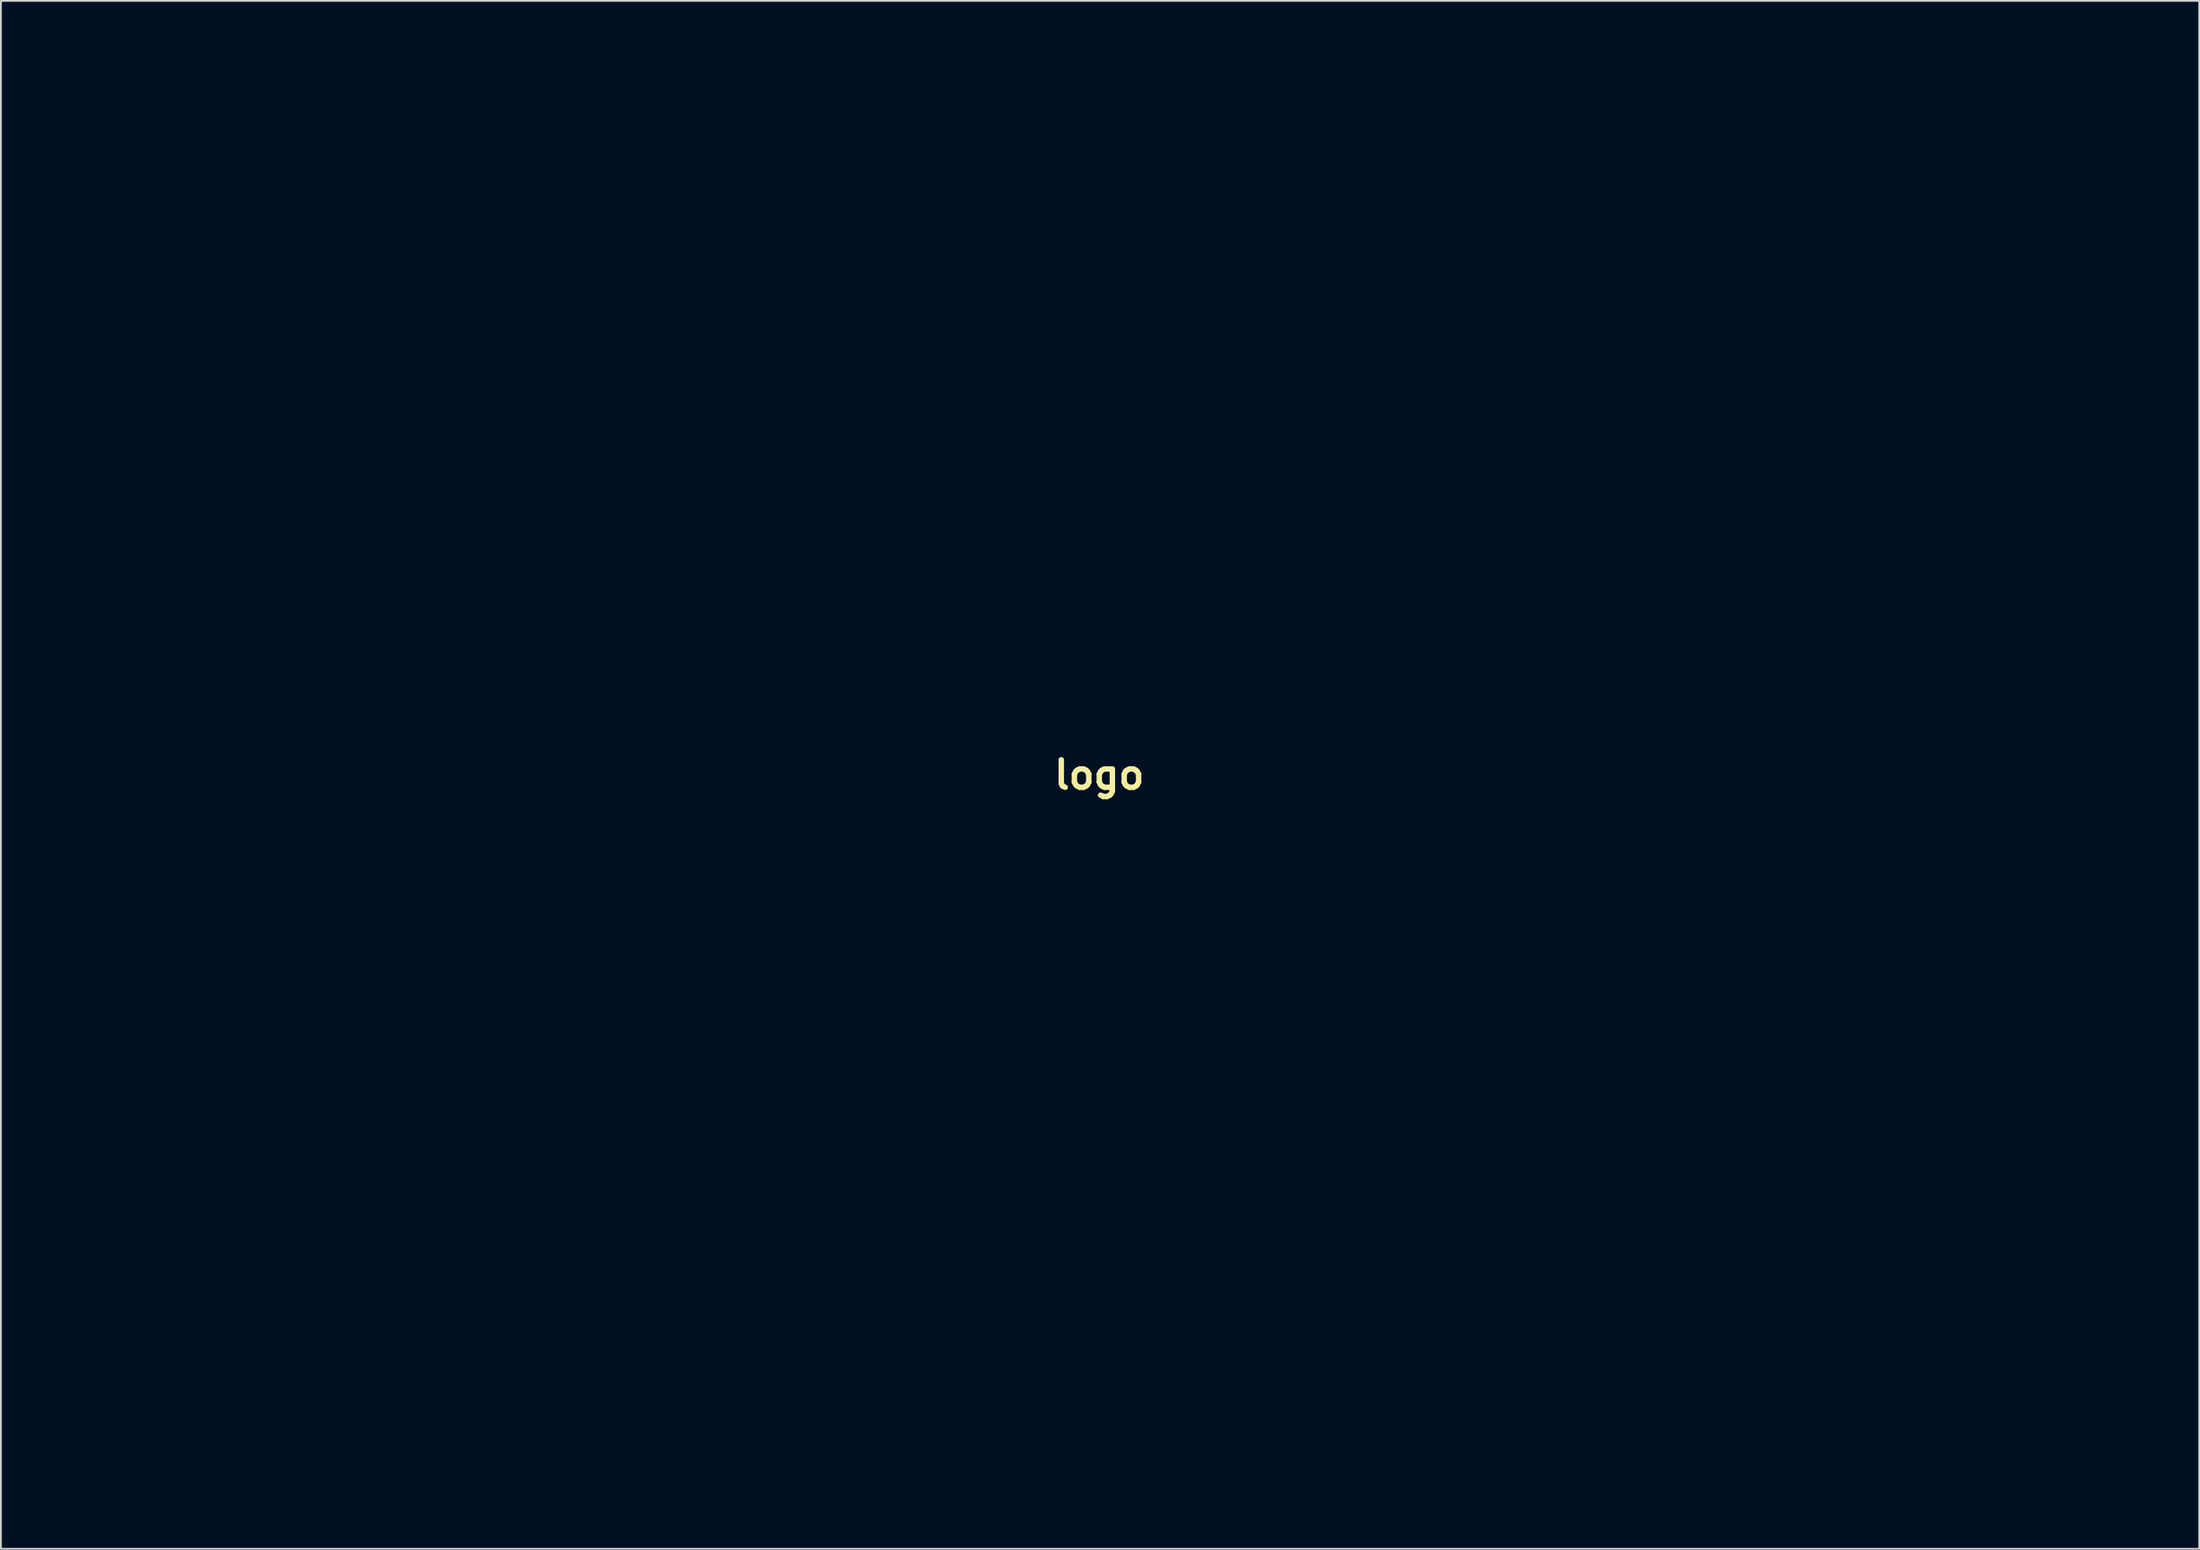
<source format=kicad_pcb>
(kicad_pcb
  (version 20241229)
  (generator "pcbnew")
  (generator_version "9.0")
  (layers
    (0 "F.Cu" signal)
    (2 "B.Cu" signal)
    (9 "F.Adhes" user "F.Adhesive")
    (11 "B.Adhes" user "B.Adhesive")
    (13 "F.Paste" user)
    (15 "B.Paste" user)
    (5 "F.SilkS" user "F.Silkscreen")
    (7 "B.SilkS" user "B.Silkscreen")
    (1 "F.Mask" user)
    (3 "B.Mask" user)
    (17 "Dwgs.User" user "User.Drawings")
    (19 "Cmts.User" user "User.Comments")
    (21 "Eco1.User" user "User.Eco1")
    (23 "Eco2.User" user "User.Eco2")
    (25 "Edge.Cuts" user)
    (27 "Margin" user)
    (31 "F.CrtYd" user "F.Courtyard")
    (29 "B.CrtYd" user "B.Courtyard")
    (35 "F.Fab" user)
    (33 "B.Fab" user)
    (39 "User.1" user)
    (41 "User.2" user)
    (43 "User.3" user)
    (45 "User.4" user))
  (footprint "logo"
    (layer "F.Cu")
    (at 57.832 39.883)
    (property "Reference" "logo" (at 0 0 0) (layer "F.SilkS") (effects (font (size 1.524 1.524) (thickness 0.3))))
    (attr through_hole)
    (fp_poly (pts (xy 57.912 39.878) (xy -57.827 39.878) (xy -57.827 31.199) (xy -49.6 31.199) (xy -49.583 31.283) (xy -49.523 31.497) (xy -49.429 31.815) (xy -49.31 32.205) (xy -49.176 32.639) (xy -49.035 33.087) (xy -48.897 33.52) (xy -48.771 33.909) (xy -48.666 34.224) (xy -48.591 34.436) (xy -48.589 34.442) (xy -48.489 34.586) (xy -48.396 34.601) (xy -48.305 34.571) (xy -48.061 34.492) (xy -47.67 34.365) (xy -47.141 34.193) (xy -46.48 33.979) (xy -45.695 33.724) (xy -44.793 33.432) (xy -43.783 33.105) (xy -42.67 32.745) (xy -41.463 32.354) (xy -40.169 31.935) (xy -38.796 31.491) (xy -37.35 31.023) (xy -35.84 30.535) (xy -34.272 30.028) (xy -32.655 29.504) (xy -30.995 28.968) (xy -30.934 28.948) (xy -29.274 28.411) (xy -27.657 27.888) (xy -26.091 27.381) (xy -24.582 26.893) (xy -23.138 26.426) (xy -21.766 25.982) (xy -20.474 25.564) (xy -19.27 25.174) (xy -18.16 24.814) (xy -17.151 24.488) (xy -16.252 24.196) (xy -15.47 23.943) (xy -14.812 23.729) (xy -14.285 23.558) (xy -13.896 23.431) (xy -13.654 23.352) (xy -13.565 23.322) (xy -13.565 23.322) (xy -13.58 23.24) (xy -13.642 23.026) (xy -13.74 22.709) (xy -13.864 22.318) (xy -14.006 21.881) (xy -14.156 21.427) (xy -14.304 20.985) (xy -14.441 20.582) (xy -14.558 20.248) (xy -14.645 20.012) (xy -14.692 19.901) (xy -14.697 19.897) (xy -14.781 19.922) (xy -15.017 19.997) (xy -15.397 20.119) (xy -15.911 20.284) (xy -16.549 20.489) (xy -17.304 20.732) (xy -18.167 21.01) (xy -19.127 21.32) (xy -20.177 21.66) (xy -21.308 22.025) (xy -22.509 22.413) (xy -23.774 22.822) (xy -25.092 23.248) (xy -26.454 23.689) (xy -27.852 24.141) (xy -29.277 24.603) (xy -30.72 25.07) (xy -32.171 25.54) (xy -33.623 26.01) (xy -35.065 26.477) (xy -36.489 26.938) (xy -37.886 27.391) (xy -39.247 27.832) (xy -40.564 28.259) (xy -41.826 28.669) (xy -43.026 29.058) (xy -44.154 29.424) (xy -45.201 29.764) (xy -46.159 30.075) (xy -47.018 30.354) (xy -47.769 30.599) (xy -48.404 30.806) (xy -48.914 30.972) (xy -49.289 31.095) (xy -49.521 31.172) (xy -49.6 31.199) (xy -57.827 31.199) (xy -57.827 15.177) (xy -50.845 15.177) (xy -50.844 15.264) (xy -50.832 15.492) (xy -50.81 15.834) (xy -50.781 16.263) (xy -50.751 16.679) (xy -50.714 17.183) (xy -50.682 17.647) (xy -50.657 18.036) (xy -50.64 18.316) (xy -50.635 18.436) (xy -50.624 18.602) (xy -50.567 18.682) (xy -50.419 18.708) (xy -50.228 18.709) (xy -50.106 18.703) (xy -49.822 18.686) (xy -49.386 18.658) (xy -48.805 18.62) (xy -48.087 18.573) (xy -47.24 18.517) (xy -46.273 18.453) (xy -45.193 18.381) (xy -44.008 18.301) (xy -42.727 18.215) (xy -41.358 18.123) (xy -39.908 18.025) (xy -38.386 17.922) (xy -36.799 17.814) (xy -35.156 17.702) (xy -33.465 17.586) (xy -32.108 17.494) (xy -30.391 17.376) (xy -28.718 17.261) (xy -27.099 17.15) (xy -25.54 17.042) (xy -24.05 16.939) (xy -22.636 16.84) (xy -21.306 16.748) (xy -20.069 16.661) (xy -18.931 16.581) (xy -17.902 16.509) (xy -16.987 16.444) (xy -16.196 16.387) (xy -15.537 16.339) (xy -15.016 16.301) (xy -14.642 16.272) (xy -14.423 16.254) (xy -14.364 16.247) (xy -14.361 16.156) (xy -14.369 15.927) (xy -14.387 15.591) (xy -14.412 15.178) (xy -14.441 14.718) (xy -14.473 14.244) (xy -14.506 13.784) (xy -14.538 13.371) (xy -14.567 13.035) (xy -14.589 12.805) (xy -14.605 12.714) (xy -14.605 12.714) (xy -14.69 12.717) (xy -14.935 12.732) (xy -15.33 12.756) (xy -15.866 12.79) (xy -16.533 12.833) (xy -17.322 12.885) (xy -18.223 12.945) (xy -19.227 13.011) (xy -20.324 13.084) (xy -21.506 13.163) (xy -22.762 13.248) (xy -24.083 13.336) (xy -25.461 13.429) (xy -26.884 13.525) (xy -28.344 13.624) (xy -29.832 13.725) (xy -31.338 13.827) (xy -32.853 13.93) (xy -34.367 14.033) (xy -35.871 14.135) (xy -37.355 14.236) (xy -38.809 14.336) (xy -40.226 14.433) (xy -41.594 14.527) (xy -42.905 14.617) (xy -44.149 14.702) (xy -45.317 14.783) (xy -46.4 14.858) (xy -47.387 14.927) (xy -48.27 14.989) (xy -49.039 15.043) (xy -49.684 15.089) (xy -50.197 15.126) (xy -50.567 15.153) (xy -50.786 15.171) (xy -50.845 15.177) (xy -57.827 15.177) (xy -57.827 -2.079) (xy -49.76 -2.079) (xy -49.759 -2.072) (xy -49.676 -2.044) (xy -49.441 -1.967) (xy -49.063 -1.844) (xy -48.55 -1.678) (xy -47.912 -1.471) (xy -47.158 -1.226) (xy -46.295 -0.947) (xy -45.334 -0.636) (xy -44.284 -0.296) (xy -43.152 0.071) (xy -41.949 0.46) (xy -40.682 0.87) (xy -39.362 1.297) (xy -37.996 1.739) (xy -36.594 2.192) (xy -35.164 2.655) (xy -33.717 3.123) (xy -32.259 3.594) (xy -30.801 4.065) (xy -29.351 4.534) (xy -27.919 4.997) (xy -26.513 5.452) (xy -25.141 5.895) (xy -23.814 6.324) (xy -22.539 6.735) (xy -21.327 7.127) (xy -20.185 7.496) (xy -19.122 7.839) (xy -18.148 8.153) (xy -17.272 8.436) (xy -16.502 8.685) (xy -15.847 8.896) (xy -15.316 9.066) (xy -14.919 9.194) (xy -14.663 9.276) (xy -14.559 9.309) (xy -14.557 9.31) (xy -14.518 9.234) (xy -14.437 9.02) (xy -14.322 8.692) (xy -14.181 8.272) (xy -14.023 7.786) (xy -13.97 7.621) (xy -13.812 7.115) (xy -13.676 6.666) (xy -13.57 6.297) (xy -13.499 6.033) (xy -13.472 5.898) (xy -13.474 5.887) (xy -13.556 5.858) (xy -13.791 5.779) (xy -14.169 5.655) (xy -14.681 5.487) (xy -15.319 5.279) (xy -16.073 5.033) (xy -16.935 4.752) (xy -17.896 4.44) (xy -18.946 4.098) (xy -20.077 3.731) (xy -21.281 3.34) (xy -22.547 2.929) (xy -23.867 2.501) (xy -25.232 2.058) (xy -26.633 1.603) (xy -28.062 1.14) (xy -29.509 0.671) (xy -30.966 0.199) (xy -32.423 -0.273) (xy -33.872 -0.742) (xy -35.303 -1.205) (xy -36.709 -1.66) (xy -38.079 -2.103) (xy -39.405 -2.532) (xy -40.678 -2.944) (xy -41.889 -3.335) (xy -43.029 -3.704) (xy -44.09 -4.046) (xy -45.062 -4.359) (xy -45.936 -4.641) (xy -46.703 -4.888) (xy -47.356 -5.098) (xy -47.884 -5.267) (xy -48.278 -5.393) (xy -48.531 -5.473) (xy -48.632 -5.503) (xy -48.633 -5.503) (xy -48.668 -5.427) (xy -48.745 -5.219) (xy -48.854 -4.906) (xy -48.986 -4.518) (xy -49.131 -4.083) (xy -49.28 -3.629) (xy -49.424 -3.185) (xy -49.553 -2.779) (xy -49.659 -2.441) (xy -49.731 -2.198) (xy -49.76 -2.079) (xy -57.827 -2.079) (xy -57.827 -7.451) (xy -8.551 -7.451) (xy -8.551 -2.371) (xy -2.879 -2.371) (xy -2.879 27.432) (xy 2.709 27.432) (xy 2.709 23.539) (xy 14.465 23.539) (xy 14.468 23.551) (xy 14.555 23.585) (xy 14.794 23.668) (xy 15.176 23.796) (xy 15.693 23.968) (xy 16.334 24.179) (xy 17.091 24.428) (xy 17.955 24.71) (xy 18.918 25.025) (xy 19.969 25.367) (xy 21.101 25.735) (xy 22.305 26.126) (xy 23.57 26.537) (xy 24.889 26.964) (xy 26.253 27.405) (xy 27.652 27.858) (xy 29.077 28.319) (xy 30.521 28.785) (xy 31.972 29.253) (xy 33.424 29.721) (xy 34.866 30.186) (xy 36.29 30.645) (xy 37.687 31.094) (xy 39.048 31.531) (xy 40.363 31.954) (xy 41.625 32.359) (xy 42.823 32.743) (xy 43.95 33.103) (xy 44.995 33.437) (xy 45.951 33.742) (xy 46.808 34.015) (xy 47.558 34.252) (xy 48.19 34.452) (xy 48.697 34.61) (xy 49.069 34.725) (xy 49.298 34.793) (xy 49.374 34.812) (xy 49.416 34.718) (xy 49.5 34.487) (xy 49.619 34.145) (xy 49.762 33.717) (xy 49.922 33.229) (xy 49.956 33.122) (xy 50.113 32.626) (xy 50.248 32.187) (xy 50.353 31.829) (xy 50.421 31.577) (xy 50.445 31.456) (xy 50.443 31.45) (xy 50.361 31.421) (xy 50.127 31.343) (xy 49.749 31.219) (xy 49.238 31.051) (xy 48.601 30.843) (xy 47.847 30.598) (xy 46.987 30.317) (xy 46.028 30.005) (xy 44.98 29.665) (xy 43.852 29.298) (xy 42.652 28.908) (xy 41.389 28.498) (xy 40.074 28.071) (xy 38.713 27.629) (xy 37.317 27.176) (xy 35.895 26.715) (xy 34.455 26.248) (xy 33.007 25.779) (xy 31.558 25.309) (xy 30.119 24.843) (xy 28.699 24.383) (xy 27.306 23.931) (xy 25.949 23.492) (xy 24.637 23.067) (xy 23.379 22.661) (xy 22.184 22.274) (xy 21.062 21.911) (xy 20.021 21.575) (xy 19.07 21.268) (xy 18.217 20.993) (xy 17.473 20.753) (xy 16.846 20.551) (xy 16.345 20.391) (xy 15.978 20.274) (xy 15.756 20.203) (xy 15.69 20.183) (xy 15.625 20.176) (xy 15.565 20.204) (xy 15.502 20.288) (xy 15.427 20.446) (xy 15.331 20.699) (xy 15.205 21.065) (xy 15.041 21.566) (xy 14.96 21.815) (xy 14.8 22.319) (xy 14.663 22.768) (xy 14.557 23.138) (xy 14.489 23.403) (xy 14.465 23.539) (xy 2.709 23.539) (xy 2.709 16.414) (xy 15.232 16.414) (xy 15.237 16.514) (xy 15.238 16.515) (xy 15.353 16.525) (xy 15.627 16.545) (xy 16.051 16.576) (xy 16.614 16.616) (xy 17.308 16.665) (xy 18.123 16.721) (xy 19.049 16.786) (xy 20.076 16.857) (xy 21.195 16.935) (xy 22.396 17.018) (xy 23.67 17.105) (xy 25.006 17.197) (xy 26.396 17.293) (xy 27.829 17.391) (xy 29.296 17.492) (xy 30.788 17.594) (xy 32.294 17.697) (xy 33.805 17.801) (xy 35.311 17.904) (xy 36.803 18.005) (xy 38.271 18.105) (xy 39.705 18.203) (xy 41.096 18.298) (xy 42.435 18.389) (xy 43.71 18.475) (xy 44.914 18.557) (xy 46.036 18.633) (xy 47.066 18.702) (xy 47.995 18.765) (xy 48.813 18.819) (xy 49.511 18.866) (xy 50.079 18.903) (xy 50.507 18.931) (xy 50.786 18.948) (xy 50.905 18.955) (xy 50.906 18.955) (xy 51.209 18.957) (xy 51.381 18.94) (xy 51.458 18.892) (xy 51.48 18.803) (xy 51.48 18.775) (xy 51.488 18.632) (xy 51.505 18.351) (xy 51.532 17.962) (xy 51.565 17.496) (xy 51.599 17.018) (xy 51.635 16.523) (xy 51.663 16.089) (xy 51.683 15.744) (xy 51.694 15.515) (xy 51.692 15.428) (xy 51.606 15.419) (xy 51.361 15.399) (xy 50.965 15.37) (xy 50.429 15.331) (xy 49.762 15.283) (xy 48.973 15.228) (xy 48.071 15.164) (xy 47.067 15.094) (xy 45.969 15.018) (xy 44.787 14.936) (xy 43.531 14.85) (xy 42.209 14.759) (xy 40.832 14.664) (xy 39.408 14.567) (xy 37.948 14.467) (xy 36.46 14.365) (xy 34.954 14.263) (xy 33.44 14.16) (xy 31.926 14.057) (xy 30.422 13.955) (xy 28.939 13.854) (xy 27.484 13.756) (xy 26.068 13.661) (xy 24.7 13.569) (xy 23.389 13.481) (xy 22.146 13.398) (xy 20.978 13.32) (xy 19.897 13.248) (xy 18.91 13.182) (xy 18.028 13.125) (xy 17.26 13.074) (xy 16.615 13.033) (xy 16.104 13.001) (xy 15.734 12.978) (xy 15.516 12.966) (xy 15.458 12.965) (xy 15.441 13.058) (xy 15.417 13.287) (xy 15.39 13.623) (xy 15.359 14.034) (xy 15.329 14.492) (xy 15.299 14.965) (xy 15.273 15.424) (xy 15.252 15.839) (xy 15.237 16.178) (xy 15.232 16.414) (xy 2.709 16.414) (xy 2.709 6.139) (xy 14.322 6.139) (xy 14.333 6.229) (xy 14.391 6.456) (xy 14.488 6.795) (xy 14.617 7.221) (xy 14.771 7.711) (xy 14.822 7.873) (xy 15.006 8.438) (xy 15.147 8.86) (xy 15.256 9.159) (xy 15.339 9.355) (xy 15.406 9.467) (xy 15.466 9.514) (xy 15.525 9.516) (xy 15.536 9.513) (xy 15.632 9.482) (xy 15.881 9.402) (xy 16.277 9.274) (xy 16.811 9.102) (xy 17.477 8.887) (xy 18.267 8.632) (xy 19.173 8.339) (xy 20.189 8.011) (xy 21.306 7.65) (xy 22.517 7.259) (xy 23.815 6.839) (xy 25.192 6.394) (xy 26.641 5.926) (xy 28.155 5.436) (xy 29.726 4.928) (xy 31.346 4.404) (xy 33.008 3.867) (xy 33.105 3.836) (xy 34.768 3.298) (xy 36.388 2.773) (xy 37.959 2.264) (xy 39.472 1.774) (xy 40.92 1.304) (xy 42.296 0.857) (xy 43.592 0.436) (xy 44.802 0.043) (xy 45.917 -0.32) (xy 46.931 -0.651) (xy 47.835 -0.946) (xy 48.624 -1.204) (xy 49.288 -1.422) (xy 49.821 -1.598) (xy 50.216 -1.729) (xy 50.465 -1.813) (xy 50.56 -1.848) (xy 50.561 -1.848) (xy 50.55 -1.938) (xy 50.494 -2.159) (xy 50.403 -2.481) (xy 50.286 -2.877) (xy 50.151 -3.316) (xy 50.009 -3.769) (xy 49.868 -4.207) (xy 49.737 -4.6) (xy 49.626 -4.92) (xy 49.544 -5.137) (xy 49.503 -5.22) (xy 49.421 -5.198) (xy 49.186 -5.126) (xy 48.808 -5.008) (xy 48.296 -4.846) (xy 47.658 -4.644) (xy 46.904 -4.404) (xy 46.042 -4.128) (xy 45.082 -3.821) (xy 44.032 -3.484) (xy 42.901 -3.121) (xy 41.698 -2.735) (xy 40.432 -2.328) (xy 39.112 -1.903) (xy 37.747 -1.463) (xy 36.345 -1.012) (xy 34.916 -0.551) (xy 33.469 -0.084) (xy 32.012 0.386) (xy 30.555 0.857) (xy 29.106 1.325) (xy 27.674 1.788) (xy 26.268 2.243) (xy 24.897 2.686) (xy 23.571 3.116) (xy 22.297 3.529) (xy 21.085 3.922) (xy 19.943 4.293) (xy 18.882 4.638) (xy 17.908 4.955) (xy 17.033 5.241) (xy 16.263 5.492) (xy 15.609 5.707) (xy 15.079 5.882) (xy 14.682 6.014) (xy 14.427 6.1) (xy 14.323 6.138) (xy 14.322 6.139) (xy 2.709 6.139) (xy 2.709 -2.371) (xy 8.382 -2.371) (xy 8.382 -7.451) (xy -8.551 -7.451) (xy -57.827 -7.451) (xy -57.827 -34.44) (xy -34.938 -34.44) (xy -34.936 -34.046) (xy -34.931 -33.516) (xy -34.923 -32.862) (xy -34.912 -32.095) (xy -34.899 -31.226) (xy -34.883 -30.266) (xy -34.865 -29.227) (xy -34.844 -28.119) (xy -34.822 -26.954) (xy -34.803 -25.98) (xy -34.779 -24.757) (xy -34.755 -23.568) (xy -34.733 -22.425) (xy -34.713 -21.342) (xy -34.694 -20.331) (xy -34.677 -19.404) (xy -34.662 -18.575) (xy -34.65 -17.856) (xy -34.64 -17.259) (xy -34.633 -16.798) (xy -34.629 -16.484) (xy -34.628 -16.362) (xy -34.629 -15.494) (xy -30.971 -15.494) (xy -31.022 -17.166) (xy -31.039 -17.731) (xy -31.056 -18.39) (xy -31.074 -19.127) (xy -31.092 -19.926) (xy -31.11 -20.771) (xy -31.128 -21.646) (xy -31.145 -22.534) (xy -31.161 -23.419) (xy -31.177 -24.285) (xy -31.19 -25.115) (xy -31.202 -25.894) (xy -31.212 -26.605) (xy -31.22 -27.232) (xy -31.225 -27.759) (xy -31.228 -28.169) (xy -31.227 -28.446) (xy -31.223 -28.575) (xy -31.221 -28.582) (xy -31.144 -28.546) (xy -30.927 -28.433) (xy -30.58 -28.246) (xy -30.11 -27.992) (xy -29.526 -27.674) (xy -28.837 -27.297) (xy -28.052 -26.867) (xy -27.178 -26.386) (xy -26.225 -25.862) (xy -25.201 -25.297) (xy -24.114 -24.696) (xy -22.973 -24.065) (xy -21.787 -23.409) (xy -21.158 -23.06) (xy -19.951 -22.39) (xy -18.782 -21.743) (xy -17.663 -21.123) (xy -16.6 -20.536) (xy -15.603 -19.985) (xy -14.68 -19.476) (xy -13.841 -19.013) (xy -13.093 -18.602) (xy -12.446 -18.247) (xy -11.907 -17.952) (xy -11.487 -17.723) (xy -11.192 -17.564) (xy -11.033 -17.48) (xy -11.007 -17.468) (xy -10.926 -17.513) (xy -10.794 -17.679) (xy -10.603 -17.976) (xy -10.348 -18.411) (xy -10.089 -18.875) (xy -9.842 -19.33) (xy -9.622 -19.743) (xy -9.443 -20.086) (xy -9.32 -20.334) (xy -9.265 -20.461) (xy -9.264 -20.465) (xy -9.272 -20.486) (xy 12.045 -20.486) (xy 12.09 -20.375) (xy 12.206 -20.14) (xy 12.378 -19.808) (xy 12.594 -19.403) (xy 12.84 -18.949) (xy 12.869 -18.896) (xy 13.183 -18.338) (xy 13.428 -17.924) (xy 13.61 -17.647) (xy 13.735 -17.499) (xy 13.801 -17.468) (xy 13.889 -17.512) (xy 14.116 -17.634) (xy 14.474 -17.828) (xy 14.955 -18.091) (xy 15.548 -18.416) (xy 16.247 -18.8) (xy 17.041 -19.237) (xy 17.923 -19.723) (xy 18.883 -20.254) (xy 19.914 -20.823) (xy 21.006 -21.428) (xy 22.151 -22.061) (xy 23.34 -22.72) (xy 23.952 -23.06) (xy 25.159 -23.728) (xy 26.324 -24.373) (xy 27.439 -24.99) (xy 28.497 -25.574) (xy 29.488 -26.12) (xy 30.404 -26.624) (xy 31.236 -27.081) (xy 31.976 -27.486) (xy 32.615 -27.835) (xy 33.145 -28.123) (xy 33.557 -28.345) (xy 33.842 -28.497) (xy 33.993 -28.574) (xy 34.015 -28.582) (xy 34.02 -28.494) (xy 34.021 -28.252) (xy 34.019 -27.873) (xy 34.015 -27.374) (xy 34.007 -26.77) (xy 33.998 -26.079) (xy 33.986 -25.315) (xy 33.973 -24.496) (xy 33.958 -23.637) (xy 33.942 -22.755) (xy 33.925 -21.866) (xy 33.907 -20.986) (xy 33.889 -20.132) (xy 33.871 -19.32) (xy 33.853 -18.565) (xy 33.835 -17.885) (xy 33.819 -17.295) (xy 33.816 -17.209) (xy 33.763 -15.494) (xy 37.423 -15.494) (xy 37.422 -16.362) (xy 37.424 -16.567) (xy 37.429 -16.929) (xy 37.437 -17.434) (xy 37.447 -18.071) (xy 37.46 -18.827) (xy 37.476 -19.689) (xy 37.493 -20.643) (xy 37.513 -21.679) (xy 37.534 -22.782) (xy 37.556 -23.941) (xy 37.58 -25.142) (xy 37.596 -25.981) (xy 37.62 -27.184) (xy 37.641 -28.338) (xy 37.661 -29.434) (xy 37.679 -30.459) (xy 37.694 -31.402) (xy 37.707 -32.252) (xy 37.718 -32.999) (xy 37.725 -33.629) (xy 37.73 -34.134) (xy 37.732 -34.5) (xy 37.73 -34.718) (xy 37.726 -34.777) (xy 37.647 -34.744) (xy 37.431 -34.634) (xy 37.088 -34.453) (xy 36.63 -34.208) (xy 36.067 -33.903) (xy 35.41 -33.546) (xy 34.669 -33.141) (xy 33.856 -32.695) (xy 32.981 -32.213) (xy 32.055 -31.702) (xy 31.308 -31.288) (xy 30.141 -30.641) (xy 28.857 -29.93) (xy 27.486 -29.17) (xy 26.058 -28.379) (xy 24.605 -27.575) (xy 23.157 -26.773) (xy 21.744 -25.991) (xy 20.398 -25.246) (xy 19.148 -24.555) (xy 18.479 -24.185) (xy 17.233 -23.495) (xy 16.131 -22.882) (xy 15.171 -22.345) (xy 14.347 -21.881) (xy 13.657 -21.488) (xy 13.094 -21.163) (xy 12.657 -20.904) (xy 12.34 -20.709) (xy 12.139 -20.575) (xy 12.05 -20.499) (xy 12.045 -20.486) (xy -9.272 -20.486) (xy -9.28 -20.506) (xy -9.35 -20.573) (xy -9.482 -20.671) (xy -9.685 -20.803) (xy -9.966 -20.976) (xy -10.336 -21.194) (xy -10.801 -21.463) (xy -11.372 -21.787) (xy -12.057 -22.172) (xy -12.863 -22.622) (xy -13.801 -23.142) (xy -14.878 -23.738) (xy -14.965 -23.786) (xy -15.954 -24.332) (xy -17.066 -24.947) (xy -18.277 -25.617) (xy -19.562 -26.328) (xy -20.896 -27.067) (xy -22.256 -27.82) (xy -23.615 -28.573) (xy -24.95 -29.312) (xy -26.236 -30.025) (xy -27.448 -30.696) (xy -27.794 -30.888) (xy -28.806 -31.449) (xy -29.775 -31.984) (xy -30.693 -32.489) (xy -31.547 -32.959) (xy -32.329 -33.387) (xy -33.028 -33.768) (xy -33.633 -34.096) (xy -34.136 -34.366) (xy -34.524 -34.573) (xy -34.789 -34.71) (xy -34.92 -34.773) (xy -34.933 -34.776) (xy -34.937 -34.687) (xy -34.938 -34.44) (xy -57.827 -34.44) (xy -57.827 -39.878) (xy 57.912 -39.878) (xy 57.912 39.878)) (stroke (width 0.01) (type solid)) (fill no) (layer "Eco2.User")))
  (gr_rect
    (start -3 -3)
    (end 118.749 82.766)
    (stroke (width 0.1) (type default))
    (fill no)
    (layer "Edge.Cuts")))
</source>
